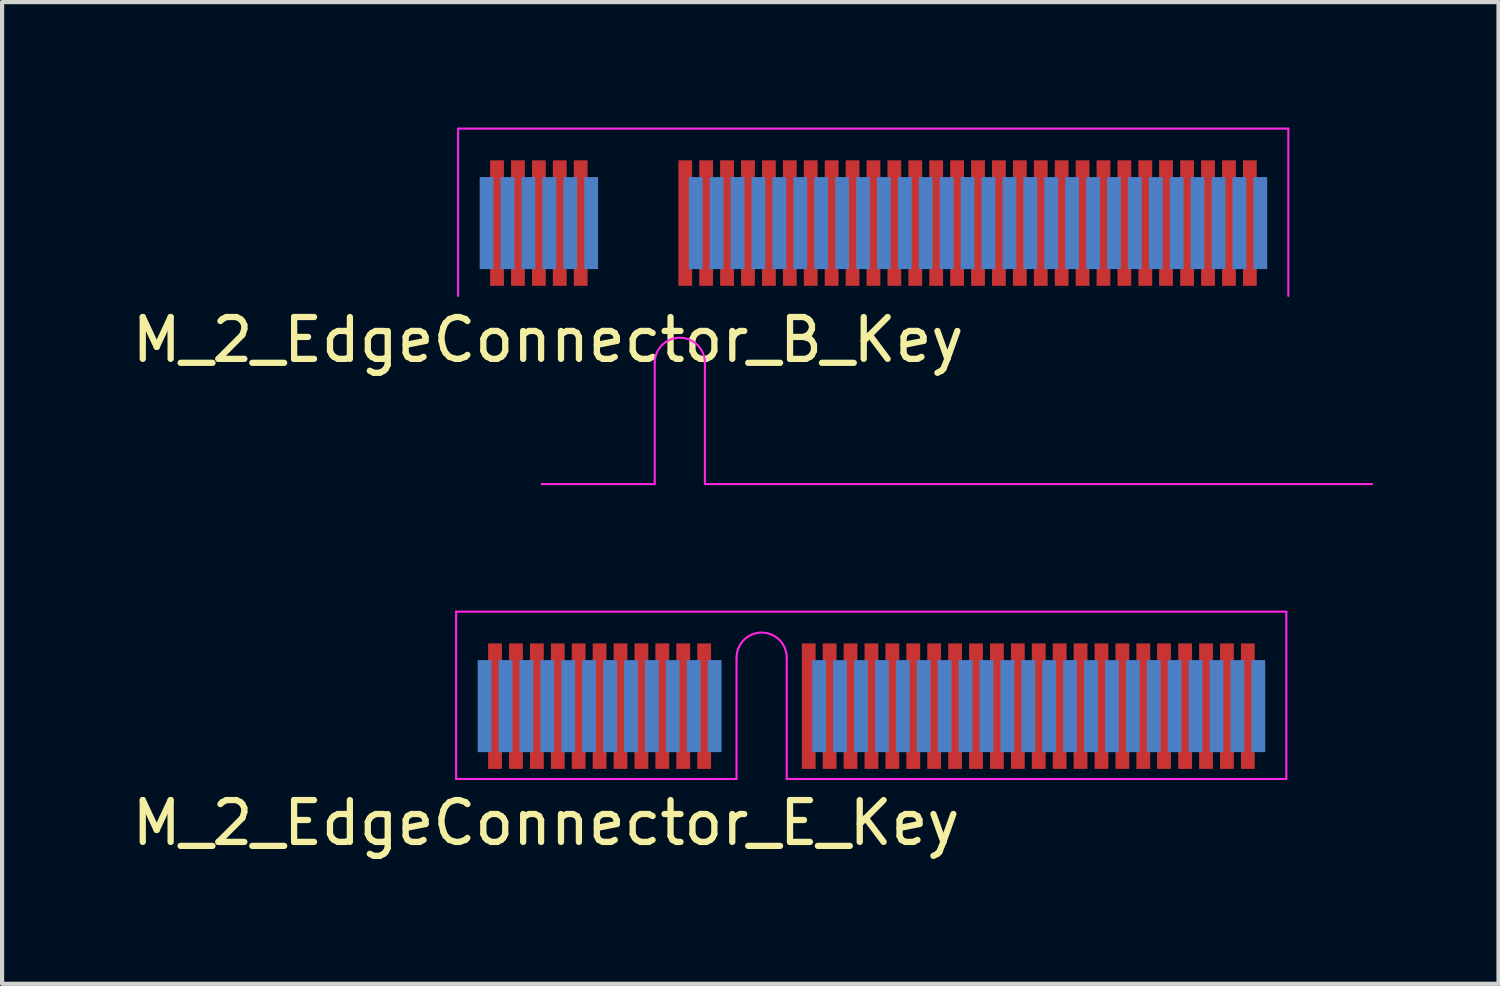
<source format=kicad_pcb>
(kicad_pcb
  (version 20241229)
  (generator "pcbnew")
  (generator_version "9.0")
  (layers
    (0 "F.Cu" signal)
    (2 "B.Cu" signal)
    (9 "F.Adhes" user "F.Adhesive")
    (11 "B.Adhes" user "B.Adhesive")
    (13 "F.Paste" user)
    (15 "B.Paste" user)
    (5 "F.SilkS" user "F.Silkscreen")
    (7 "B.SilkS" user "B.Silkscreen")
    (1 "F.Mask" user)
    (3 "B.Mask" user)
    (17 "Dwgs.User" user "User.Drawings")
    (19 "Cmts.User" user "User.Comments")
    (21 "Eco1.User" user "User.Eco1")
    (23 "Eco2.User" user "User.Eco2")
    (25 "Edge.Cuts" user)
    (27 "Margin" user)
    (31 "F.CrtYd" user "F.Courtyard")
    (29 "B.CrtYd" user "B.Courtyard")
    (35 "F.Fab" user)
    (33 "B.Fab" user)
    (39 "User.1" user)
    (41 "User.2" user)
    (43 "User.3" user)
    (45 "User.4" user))
  (footprint "M_2_EdgeConnector_E_Key"
    (layer "F.Cu")
    (at 17.781 15.575)
    (property "Reference" "M_2_EdgeConnector_E_Key" (at -7.775 1.05 0) (layer "F.SilkS") (effects (font (size 1 1) (thickness 0.15))))
    (attr smd)
    (fp_line (start -9.925 -4) (end 9.925 -4) (stroke (width 0.05) (type solid)) (layer "F.CrtYd"))
    (fp_line (start -9.925 0) (end -9.925 -4) (stroke (width 0.05) (type solid)) (layer "F.CrtYd"))
    (fp_line (start -9.925 0) (end -3.22 0) (stroke (width 0.05) (type solid)) (layer "F.CrtYd"))
    (fp_line (start -3.22 0) (end -3.22 -2.9) (stroke (width 0.05) (type solid)) (layer "F.CrtYd"))
    (fp_line (start -2.02 0) (end -2.02 -2.9) (stroke (width 0.05) (type solid)) (layer "F.CrtYd"))
    (fp_line (start -2.02 0) (end 9.925 0) (stroke (width 0.05) (type solid)) (layer "F.CrtYd"))
    (fp_line (start 9.925 0) (end 9.925 -4) (stroke (width 0.05) (type solid)) (layer "F.CrtYd"))
    (fp_arc (start -3.22 -2.9) (mid -2.62 -3.5) (end -2.02 -2.9) (stroke (width 0.05) (type solid)) (layer "F.CrtYd"))
    (pad "1" smd rect (at -9.245 -1.741) (size 0.33 2.2) (layers "B.Cu" "B.Mask" "B.Paste"))
    (pad "2" smd rect (at -8.995 -1.741) (size 0.33 3) (layers "F.Cu" "F.Mask" "F.Paste"))
    (pad "3" smd rect (at -8.745 -1.741) (size 0.33 2.2) (layers "B.Cu" "B.Mask" "B.Paste"))
    (pad "4" smd rect (at -8.495 -1.741) (size 0.33 3) (layers "F.Cu" "F.Mask" "F.Paste"))
    (pad "5" smd rect (at -8.245 -1.741) (size 0.33 2.2) (layers "B.Cu" "B.Mask" "B.Paste"))
    (pad "6" smd rect (at -7.995 -1.741) (size 0.33 3) (layers "F.Cu" "F.Mask" "F.Paste"))
    (pad "7" smd rect (at -7.745 -1.741) (size 0.33 2.2) (layers "B.Cu" "B.Mask" "B.Paste"))
    (pad "8" smd rect (at -7.495 -1.741) (size 0.33 3) (layers "F.Cu" "F.Mask" "F.Paste"))
    (pad "9" smd rect (at -7.245 -1.741) (size 0.33 2.2) (layers "B.Cu" "B.Mask" "B.Paste"))
    (pad "10" smd rect (at -6.995 -1.741) (size 0.33 3) (layers "F.Cu" "F.Mask" "F.Paste"))
    (pad "11" smd rect (at -6.745 -1.741) (size 0.33 2.2) (layers "B.Cu" "B.Mask" "B.Paste"))
    (pad "12" smd rect (at -6.495 -1.741) (size 0.33 3) (layers "F.Cu" "F.Mask" "F.Paste"))
    (pad "13" smd rect (at -6.245 -1.741) (size 0.33 2.2) (layers "B.Cu" "B.Mask" "B.Paste"))
    (pad "14" smd rect (at -5.995 -1.741) (size 0.33 3) (layers "F.Cu" "F.Mask" "F.Paste"))
    (pad "15" smd rect (at -5.745 -1.741) (size 0.33 2.2) (layers "B.Cu" "B.Mask" "B.Paste"))
    (pad "16" smd rect (at -5.495 -1.741) (size 0.33 3) (layers "F.Cu" "F.Mask" "F.Paste"))
    (pad "17" smd rect (at -5.245 -1.741) (size 0.33 2.2) (layers "B.Cu" "B.Mask" "B.Paste"))
    (pad "18" smd rect (at -4.995 -1.741) (size 0.33 3) (layers "F.Cu" "F.Mask" "F.Paste"))
    (pad "19" smd rect (at -4.745 -1.741) (size 0.33 2.2) (layers "B.Cu" "B.Mask" "B.Paste"))
    (pad "20" smd rect (at -4.495 -1.741) (size 0.33 3) (layers "F.Cu" "F.Mask" "F.Paste"))
    (pad "21" smd rect (at -4.245 -1.741) (size 0.33 2.2) (layers "B.Cu" "B.Mask" "B.Paste"))
    (pad "22" smd rect (at -3.995 -1.741) (size 0.33 3) (layers "F.Cu" "F.Mask" "F.Paste"))
    (pad "23" smd rect (at -3.745 -1.741) (size 0.33 2.2) (layers "B.Cu" "B.Mask" "B.Paste"))
    (pad "32" smd rect (at -1.495 -1.741) (size 0.33 3) (layers "F.Cu" "F.Mask" "F.Paste"))
    (pad "33" smd rect (at -1.245 -1.741) (size 0.33 2.2) (layers "B.Cu" "B.Mask" "B.Paste"))
    (pad "34" smd rect (at -0.995 -1.741) (size 0.33 3) (layers "F.Cu" "F.Mask" "F.Paste"))
    (pad "35" smd rect (at -0.745 -1.741) (size 0.33 2.2) (layers "B.Cu" "B.Mask" "B.Paste"))
    (pad "36" smd rect (at -0.495 -1.741) (size 0.33 3) (layers "F.Cu" "F.Mask" "F.Paste"))
    (pad "37" smd rect (at -0.245 -1.741) (size 0.33 2.2) (layers "B.Cu" "B.Mask" "B.Paste"))
    (pad "38" smd rect (at 0.005 -1.741) (size 0.33 3) (layers "F.Cu" "F.Mask" "F.Paste"))
    (pad "39" smd rect (at 0.255 -1.741) (size 0.33 2.2) (layers "B.Cu" "B.Mask" "B.Paste"))
    (pad "40" smd rect (at 0.505 -1.741) (size 0.33 3) (layers "F.Cu" "F.Mask" "F.Paste"))
    (pad "41" smd rect (at 0.755 -1.741) (size 0.33 2.2) (layers "B.Cu" "B.Mask" "B.Paste"))
    (pad "42" smd rect (at 1.005 -1.741) (size 0.33 3) (layers "F.Cu" "F.Mask" "F.Paste"))
    (pad "43" smd rect (at 1.255 -1.741) (size 0.33 2.2) (layers "B.Cu" "B.Mask" "B.Paste"))
    (pad "44" smd rect (at 1.505 -1.741) (size 0.33 3) (layers "F.Cu" "F.Mask" "F.Paste"))
    (pad "45" smd rect (at 1.755 -1.741) (size 0.33 2.2) (layers "B.Cu" "B.Mask" "B.Paste"))
    (pad "46" smd rect (at 2.005 -1.741) (size 0.33 3) (layers "F.Cu" "F.Mask" "F.Paste"))
    (pad "47" smd rect (at 2.255 -1.741) (size 0.33 2.2) (layers "B.Cu" "B.Mask" "B.Paste"))
    (pad "48" smd rect (at 2.505 -1.741) (size 0.33 3) (layers "F.Cu" "F.Mask" "F.Paste"))
    (pad "49" smd rect (at 2.755 -1.741) (size 0.33 2.2) (layers "B.Cu" "B.Mask" "B.Paste"))
    (pad "50" smd rect (at 3.005 -1.741) (size 0.33 3) (layers "F.Cu" "F.Mask" "F.Paste"))
    (pad "51" smd rect (at 3.255 -1.741) (size 0.33 2.2) (layers "B.Cu" "B.Mask" "B.Paste"))
    (pad "52" smd rect (at 3.505 -1.741) (size 0.33 3) (layers "F.Cu" "F.Mask" "F.Paste"))
    (pad "53" smd rect (at 3.755 -1.741) (size 0.33 2.2) (layers "B.Cu" "B.Mask" "B.Paste"))
    (pad "54" smd rect (at 4.005 -1.741) (size 0.33 3) (layers "F.Cu" "F.Mask" "F.Paste"))
    (pad "55" smd rect (at 4.255 -1.741) (size 0.33 2.2) (layers "B.Cu" "B.Mask" "B.Paste"))
    (pad "56" smd rect (at 4.505 -1.741) (size 0.33 3) (layers "F.Cu" "F.Mask" "F.Paste"))
    (pad "57" smd rect (at 4.755 -1.741) (size 0.33 2.2) (layers "B.Cu" "B.Mask" "B.Paste"))
    (pad "58" smd rect (at 5.005 -1.741) (size 0.33 3) (layers "F.Cu" "F.Mask" "F.Paste"))
    (pad "59" smd rect (at 5.255 -1.741) (size 0.33 2.2) (layers "B.Cu" "B.Mask" "B.Paste"))
    (pad "60" smd rect (at 5.505 -1.741) (size 0.33 3) (layers "F.Cu" "F.Mask" "F.Paste"))
    (pad "61" smd rect (at 5.755 -1.741) (size 0.33 2.2) (layers "B.Cu" "B.Mask" "B.Paste"))
    (pad "62" smd rect (at 6.005 -1.741) (size 0.33 3) (layers "F.Cu" "F.Mask" "F.Paste"))
    (pad "63" smd rect (at 6.255 -1.741) (size 0.33 2.2) (layers "B.Cu" "B.Mask" "B.Paste"))
    (pad "64" smd rect (at 6.505 -1.741) (size 0.33 3) (layers "F.Cu" "F.Mask" "F.Paste"))
    (pad "65" smd rect (at 6.755 -1.741) (size 0.33 2.2) (layers "B.Cu" "B.Mask" "B.Paste"))
    (pad "66" smd rect (at 7 -1.741) (size 0.33 3) (layers "F.Cu" "F.Mask" "F.Paste"))
    (pad "67" smd rect (at 7.255 -1.741) (size 0.33 2.2) (layers "B.Cu" "B.Mask" "B.Paste"))
    (pad "68" smd rect (at 7.505 -1.741) (size 0.33 3) (layers "F.Cu" "F.Mask" "F.Paste"))
    (pad "69" smd rect (at 7.755 -1.741) (size 0.33 2.2) (layers "B.Cu" "B.Mask" "B.Paste"))
    (pad "70" smd rect (at 8.005 -1.741) (size 0.33 3) (layers "F.Cu" "F.Mask" "F.Paste"))
    (pad "71" smd rect (at 8.255 -1.741) (size 0.33 2.2) (layers "B.Cu" "B.Mask" "B.Paste"))
    (pad "72" smd rect (at 8.505 -1.741) (size 0.33 3) (layers "F.Cu" "F.Mask" "F.Paste"))
    (pad "73" smd rect (at 8.755 -1.741) (size 0.33 2.2) (layers "B.Cu" "B.Mask" "B.Paste"))
    (pad "74" smd rect (at 9.005 -1.741) (size 0.33 3) (layers "F.Cu" "F.Mask" "F.Paste"))
    (pad "75" smd rect (at 9.255 -1.741) (size 0.33 2.2) (layers "B.Cu" "B.Mask" "B.Paste")))
  (footprint "M_2_EdgeConnector_B_Key"
    (layer "F.Cu")
    (at 17.829 4.025)
    (property "Reference" "M_2_EdgeConnector_B_Key" (at -7.775 1.05 0) (layer "F.SilkS") (effects (font (size 1 1) (thickness 0.15))))
    (attr smd)
    (fp_line (start -9.925 -4) (end 9.925 -4) (stroke (width 0.05) (type solid)) (layer "F.CrtYd"))
    (fp_line (start -9.925 0) (end -9.925 -4) (stroke (width 0.05) (type solid)) (layer "F.CrtYd"))
    (fp_line (start -7.925 4.5) (end -5.225 4.5) (stroke (width 0.05) (type solid)) (layer "F.CrtYd"))
    (fp_line (start -5.225 4.5) (end -5.225 1.6) (stroke (width 0.05) (type solid)) (layer "F.CrtYd"))
    (fp_line (start -4.025 4.5) (end -4.025 1.6) (stroke (width 0.05) (type solid)) (layer "F.CrtYd"))
    (fp_line (start -4.025 4.5) (end 11.925 4.5) (stroke (width 0.05) (type solid)) (layer "F.CrtYd"))
    (fp_line (start 9.925 0) (end 9.925 -4) (stroke (width 0.05) (type solid)) (layer "F.CrtYd"))
    (fp_arc (start -5.225 1.6) (mid -4.625 1) (end -4.025 1.6) (stroke (width 0.05) (type solid)) (layer "F.CrtYd"))
    (pad "1" smd rect (at -9.245 -1.741) (size 0.33 2.2) (layers "B.Cu" "B.Mask" "B.Paste"))
    (pad "2" smd rect (at -8.995 -1.741) (size 0.33 3) (layers "F.Cu" "F.Mask" "F.Paste"))
    (pad "3" smd rect (at -8.745 -1.741) (size 0.33 2.2) (layers "B.Cu" "B.Mask" "B.Paste"))
    (pad "4" smd rect (at -8.495 -1.741) (size 0.33 3) (layers "F.Cu" "F.Mask" "F.Paste"))
    (pad "5" smd rect (at -8.245 -1.741) (size 0.33 2.2) (layers "B.Cu" "B.Mask" "B.Paste"))
    (pad "6" smd rect (at -7.995 -1.741) (size 0.33 3) (layers "F.Cu" "F.Mask" "F.Paste"))
    (pad "7" smd rect (at -7.745 -1.741) (size 0.33 2.2) (layers "B.Cu" "B.Mask" "B.Paste"))
    (pad "8" smd rect (at -7.495 -1.741) (size 0.33 3) (layers "F.Cu" "F.Mask" "F.Paste"))
    (pad "9" smd rect (at -7.245 -1.741) (size 0.33 2.2) (layers "B.Cu" "B.Mask" "B.Paste"))
    (pad "10" smd rect (at -6.995 -1.741) (size 0.33 3) (layers "F.Cu" "F.Mask" "F.Paste"))
    (pad "11" smd rect (at -6.745 -1.741) (size 0.33 2.2) (layers "B.Cu" "B.Mask" "B.Paste"))
    (pad "20" smd rect (at -4.495 -1.741) (size 0.33 3) (layers "F.Cu" "F.Mask" "F.Paste"))
    (pad "21" smd rect (at -4.245 -1.741) (size 0.33 2.2) (layers "B.Cu" "B.Mask" "B.Paste"))
    (pad "22" smd rect (at -3.995 -1.741) (size 0.33 3) (layers "F.Cu" "F.Mask" "F.Paste"))
    (pad "23" smd rect (at -3.745 -1.741) (size 0.33 2.2) (layers "B.Cu" "B.Mask" "B.Paste"))
    (pad "24" smd rect (at -3.495 -1.741) (size 0.33 3) (layers "F.Cu" "F.Mask" "F.Paste"))
    (pad "25" smd rect (at -3.245 -1.741) (size 0.33 2.2) (layers "B.Cu" "B.Mask" "B.Paste"))
    (pad "26" smd rect (at -2.995 -1.741) (size 0.33 3) (layers "F.Cu" "F.Mask" "F.Paste"))
    (pad "27" smd rect (at -2.745 -1.741) (size 0.33 2.2) (layers "B.Cu" "B.Mask" "B.Paste"))
    (pad "28" smd rect (at -2.495 -1.741) (size 0.33 3) (layers "F.Cu" "F.Mask" "F.Paste"))
    (pad "29" smd rect (at -2.245 -1.741) (size 0.33 2.2) (layers "B.Cu" "B.Mask" "B.Paste"))
    (pad "30" smd rect (at -1.995 -1.741) (size 0.33 3) (layers "F.Cu" "F.Mask" "F.Paste"))
    (pad "31" smd rect (at -1.745 -1.741) (size 0.33 2.2) (layers "B.Cu" "B.Mask" "B.Paste"))
    (pad "32" smd rect (at -1.495 -1.741) (size 0.33 3) (layers "F.Cu" "F.Mask" "F.Paste"))
    (pad "33" smd rect (at -1.245 -1.741) (size 0.33 2.2) (layers "B.Cu" "B.Mask" "B.Paste"))
    (pad "34" smd rect (at -0.995 -1.741) (size 0.33 3) (layers "F.Cu" "F.Mask" "F.Paste"))
    (pad "35" smd rect (at -0.745 -1.741) (size 0.33 2.2) (layers "B.Cu" "B.Mask" "B.Paste"))
    (pad "36" smd rect (at -0.495 -1.741) (size 0.33 3) (layers "F.Cu" "F.Mask" "F.Paste"))
    (pad "37" smd rect (at -0.245 -1.741) (size 0.33 2.2) (layers "B.Cu" "B.Mask" "B.Paste"))
    (pad "38" smd rect (at 0.005 -1.741) (size 0.33 3) (layers "F.Cu" "F.Mask" "F.Paste"))
    (pad "39" smd rect (at 0.255 -1.741) (size 0.33 2.2) (layers "B.Cu" "B.Mask" "B.Paste"))
    (pad "40" smd rect (at 0.505 -1.741) (size 0.33 3) (layers "F.Cu" "F.Mask" "F.Paste"))
    (pad "41" smd rect (at 0.755 -1.741) (size 0.33 2.2) (layers "B.Cu" "B.Mask" "B.Paste"))
    (pad "42" smd rect (at 1.005 -1.741) (size 0.33 3) (layers "F.Cu" "F.Mask" "F.Paste"))
    (pad "43" smd rect (at 1.255 -1.741) (size 0.33 2.2) (layers "B.Cu" "B.Mask" "B.Paste"))
    (pad "44" smd rect (at 1.505 -1.741) (size 0.33 3) (layers "F.Cu" "F.Mask" "F.Paste"))
    (pad "45" smd rect (at 1.755 -1.741) (size 0.33 2.2) (layers "B.Cu" "B.Mask" "B.Paste"))
    (pad "46" smd rect (at 2.005 -1.741) (size 0.33 3) (layers "F.Cu" "F.Mask" "F.Paste"))
    (pad "47" smd rect (at 2.255 -1.741) (size 0.33 2.2) (layers "B.Cu" "B.Mask" "B.Paste"))
    (pad "48" smd rect (at 2.505 -1.741) (size 0.33 3) (layers "F.Cu" "F.Mask" "F.Paste"))
    (pad "49" smd rect (at 2.755 -1.741) (size 0.33 2.2) (layers "B.Cu" "B.Mask" "B.Paste"))
    (pad "50" smd rect (at 3.005 -1.741) (size 0.33 3) (layers "F.Cu" "F.Mask" "F.Paste"))
    (pad "51" smd rect (at 3.255 -1.741) (size 0.33 2.2) (layers "B.Cu" "B.Mask" "B.Paste"))
    (pad "52" smd rect (at 3.505 -1.741) (size 0.33 3) (layers "F.Cu" "F.Mask" "F.Paste"))
    (pad "53" smd rect (at 3.755 -1.741) (size 0.33 2.2) (layers "B.Cu" "B.Mask" "B.Paste"))
    (pad "54" smd rect (at 4.005 -1.741) (size 0.33 3) (layers "F.Cu" "F.Mask" "F.Paste"))
    (pad "55" smd rect (at 4.255 -1.741) (size 0.33 2.2) (layers "B.Cu" "B.Mask" "B.Paste"))
    (pad "56" smd rect (at 4.505 -1.741) (size 0.33 3) (layers "F.Cu" "F.Mask" "F.Paste"))
    (pad "57" smd rect (at 4.755 -1.741) (size 0.33 2.2) (layers "B.Cu" "B.Mask" "B.Paste"))
    (pad "58" smd rect (at 5.005 -1.741) (size 0.33 3) (layers "F.Cu" "F.Mask" "F.Paste"))
    (pad "59" smd rect (at 5.255 -1.741) (size 0.33 2.2) (layers "B.Cu" "B.Mask" "B.Paste"))
    (pad "60" smd rect (at 5.505 -1.741) (size 0.33 3) (layers "F.Cu" "F.Mask" "F.Paste"))
    (pad "61" smd rect (at 5.755 -1.741) (size 0.33 2.2) (layers "B.Cu" "B.Mask" "B.Paste"))
    (pad "62" smd rect (at 6.005 -1.741) (size 0.33 3) (layers "F.Cu" "F.Mask" "F.Paste"))
    (pad "63" smd rect (at 6.255 -1.741) (size 0.33 2.2) (layers "B.Cu" "B.Mask" "B.Paste"))
    (pad "64" smd rect (at 6.505 -1.741) (size 0.33 3) (layers "F.Cu" "F.Mask" "F.Paste"))
    (pad "65" smd rect (at 6.755 -1.741) (size 0.33 2.2) (layers "B.Cu" "B.Mask" "B.Paste"))
    (pad "66" smd rect (at 7 -1.741) (size 0.33 3) (layers "F.Cu" "F.Mask" "F.Paste"))
    (pad "67" smd rect (at 7.255 -1.741) (size 0.33 2.2) (layers "B.Cu" "B.Mask" "B.Paste"))
    (pad "68" smd rect (at 7.505 -1.741) (size 0.33 3) (layers "F.Cu" "F.Mask" "F.Paste"))
    (pad "69" smd rect (at 7.755 -1.741) (size 0.33 2.2) (layers "B.Cu" "B.Mask" "B.Paste"))
    (pad "70" smd rect (at 8.005 -1.741) (size 0.33 3) (layers "F.Cu" "F.Mask" "F.Paste"))
    (pad "71" smd rect (at 8.255 -1.741) (size 0.33 2.2) (layers "B.Cu" "B.Mask" "B.Paste"))
    (pad "72" smd rect (at 8.505 -1.741) (size 0.33 3) (layers "F.Cu" "F.Mask" "F.Paste"))
    (pad "73" smd rect (at 8.755 -1.741) (size 0.33 2.2) (layers "B.Cu" "B.Mask" "B.Paste"))
    (pad "74" smd rect (at 9.005 -1.741) (size 0.33 3) (layers "F.Cu" "F.Mask" "F.Paste"))
    (pad "75" smd rect (at 9.255 -1.741) (size 0.33 2.2) (layers "B.Cu" "B.Mask" "B.Paste")))
  (gr_rect
    (start -3 -3)
    (end 32.779 20.473)
    (stroke (width 0.1) (type default))
    (fill no)
    (layer "Edge.Cuts")))
</source>
